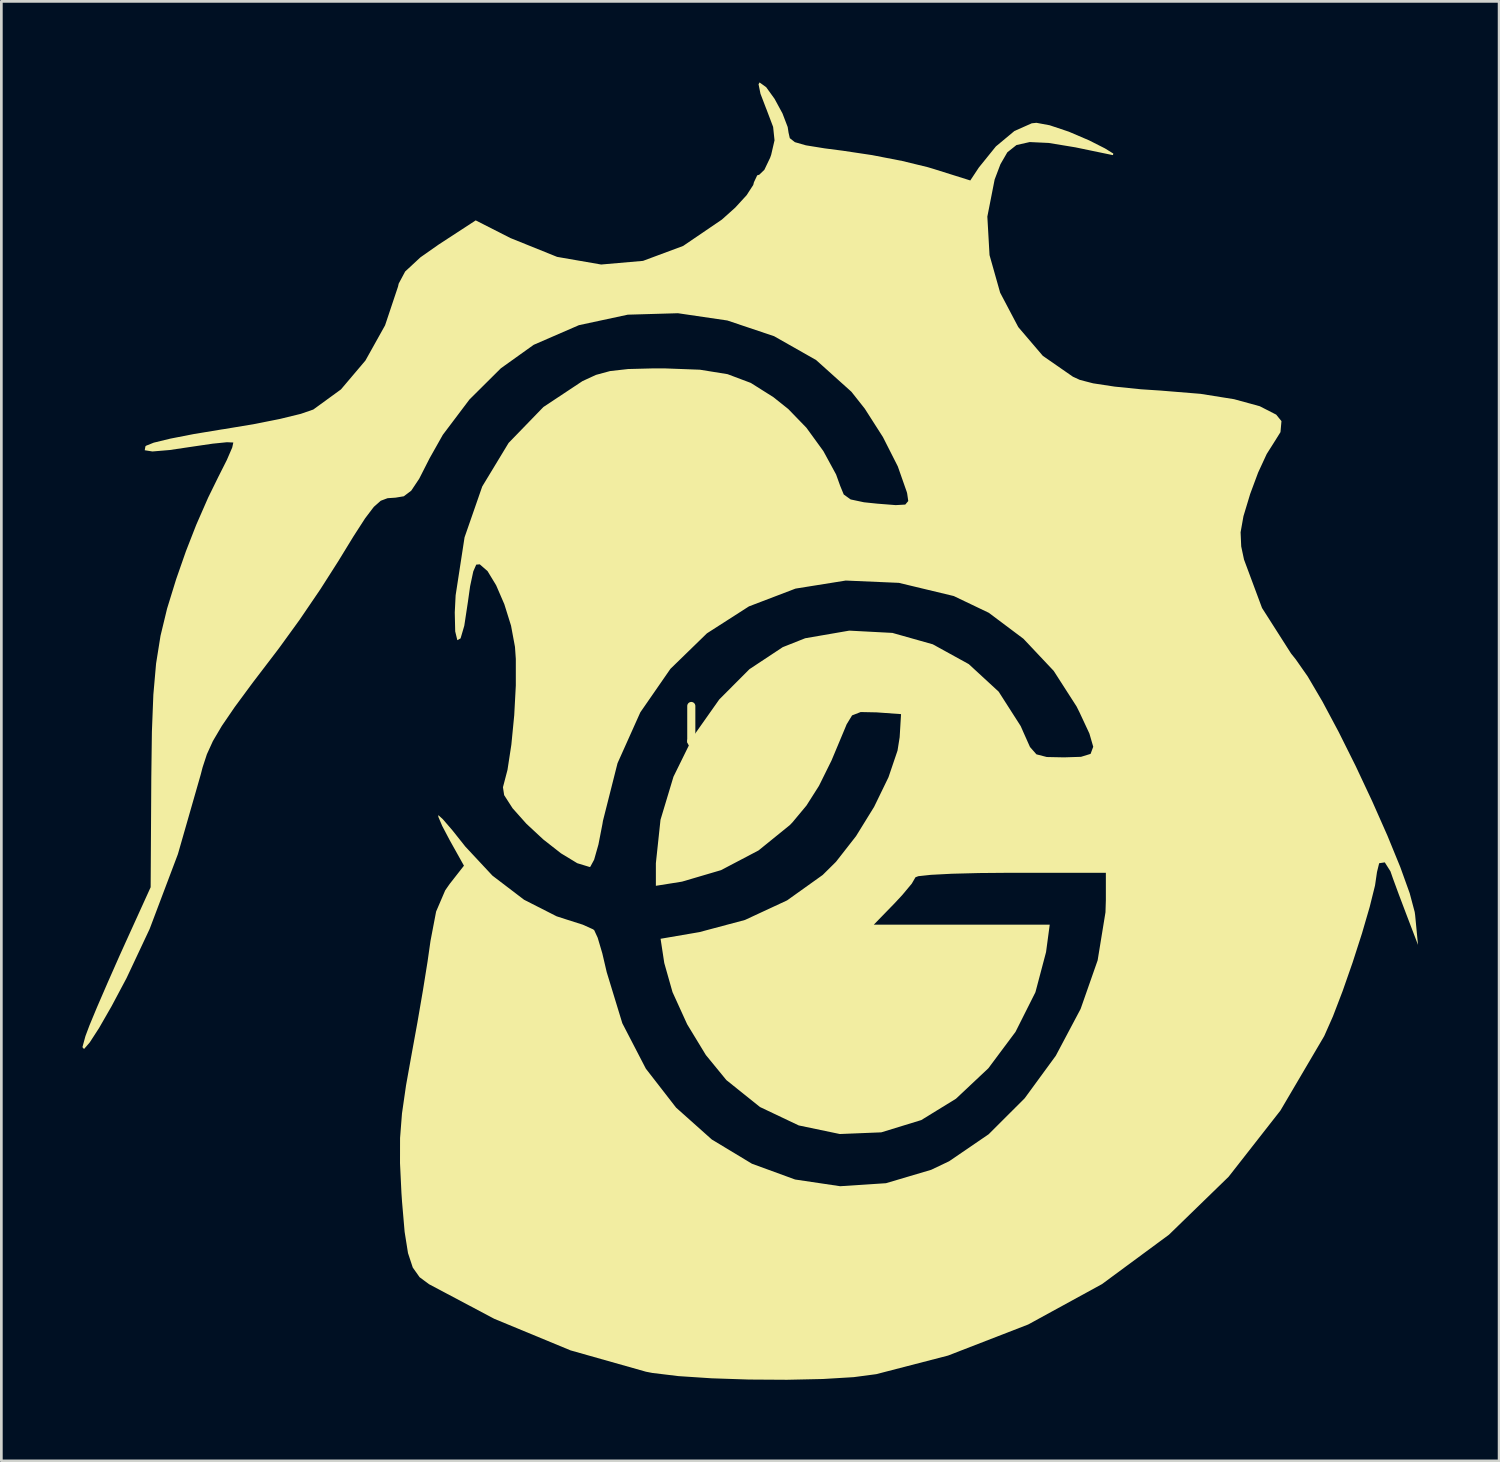
<source format=kicad_pcb>
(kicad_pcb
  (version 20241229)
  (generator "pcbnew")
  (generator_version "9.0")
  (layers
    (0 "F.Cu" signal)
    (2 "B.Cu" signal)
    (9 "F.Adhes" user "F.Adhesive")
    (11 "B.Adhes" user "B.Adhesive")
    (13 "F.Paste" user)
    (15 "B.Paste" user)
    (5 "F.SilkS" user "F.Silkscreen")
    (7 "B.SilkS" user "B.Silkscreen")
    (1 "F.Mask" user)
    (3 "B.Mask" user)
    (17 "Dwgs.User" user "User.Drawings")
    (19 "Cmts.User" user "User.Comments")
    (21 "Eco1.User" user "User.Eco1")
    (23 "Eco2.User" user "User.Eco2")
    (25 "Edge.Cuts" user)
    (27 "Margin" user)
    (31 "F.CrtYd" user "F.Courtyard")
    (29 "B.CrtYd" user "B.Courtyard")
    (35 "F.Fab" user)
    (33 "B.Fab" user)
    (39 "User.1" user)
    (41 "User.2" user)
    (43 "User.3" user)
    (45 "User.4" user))
  (footprint "logo"
    (layer "F.Cu")
    (at 24.632 23.906)
    (property "Reference" "logo" (at 0 0 0) (layer "F.SilkS") (effects (font (size 1.524 1.524) (thickness 0.3))))
    (attr board_only exclude_from_pos_files exclude_from_bom)
    (fp_poly (pts (xy 0.666 -23.73) (xy 0.976 -23.3) (xy 1.269 -22.76) (xy 1.462 -22.256) (xy 1.494 -22.047) (xy 1.54 -21.844) (xy 1.728 -21.696) (xy 2.136 -21.579) (xy 2.841 -21.465) (xy 3.499 -21.38) (xy 4.585 -21.217) (xy 5.701 -21) (xy 6.647 -20.77) (xy 6.86 -20.706) (xy 8.218 -20.279) (xy 8.535 -20.758) (xy 9.165 -21.538) (xy 9.851 -22.109) (xy 10.493 -22.394) (xy 10.666 -22.412) (xy 11.156 -22.321) (xy 11.866 -22.083) (xy 12.618 -21.761) (xy 13.2 -21.466) (xy 13.51 -21.274) (xy 13.496 -21.217) (xy 13.447 -21.226) (xy 12.11 -21.504) (xy 11.122 -21.667) (xy 10.416 -21.7) (xy 9.926 -21.589) (xy 9.588 -21.32) (xy 9.333 -20.879) (xy 9.119 -20.314) (xy 8.849 -18.941) (xy 8.93 -17.517) (xy 9.323 -16.126) (xy 9.993 -14.855) (xy 10.902 -13.79) (xy 12.015 -13.018) (xy 12.272 -12.9) (xy 12.763 -12.773) (xy 13.557 -12.652) (xy 14.532 -12.553) (xy 15.26 -12.505) (xy 16.739 -12.384) (xy 17.979 -12.186) (xy 18.928 -11.926) (xy 19.536 -11.615) (xy 19.731 -11.375) (xy 19.695 -10.968) (xy 19.456 -10.586) (xy 19.185 -10.158) (xy 18.867 -9.47) (xy 18.575 -8.684) (xy 18.325 -7.857) (xy 18.219 -7.262) (xy 18.242 -6.739) (xy 18.345 -6.254) (xy 19.012 -4.462) (xy 20.087 -2.776) (xy 20.259 -2.561) (xy 20.703 -1.926) (xy 21.246 -1.002) (xy 21.849 0.128) (xy 22.477 1.387) (xy 23.09 2.693) (xy 23.653 3.965) (xy 24.128 5.126) (xy 24.476 6.093) (xy 24.661 6.787) (xy 24.677 6.901) (xy 24.783 8.004) (xy 24.335 6.83) (xy 24.068 6.124) (xy 23.853 5.539) (xy 23.764 5.283) (xy 23.554 4.951) (xy 23.346 4.983) (xy 23.266 5.308) (xy 23.193 5.807) (xy 22.996 6.599) (xy 22.709 7.583) (xy 22.364 8.655) (xy 21.995 9.711) (xy 21.635 10.651) (xy 21.317 11.369) (xy 21.306 11.39) (xy 19.693 14.133) (xy 17.775 16.584) (xy 15.568 18.728) (xy 13.091 20.555) (xy 10.361 22.049) (xy 7.395 23.199) (xy 4.739 23.887) (xy 3.909 23.997) (xy 2.77 24.066) (xy 1.436 24.095) (xy 0.023 24.086) (xy -1.355 24.04) (xy -2.583 23.959) (xy -3.546 23.842) (xy -3.78 23.797) (xy -6.572 23.007) (xy -9.394 21.839) (xy -11.806 20.56) (xy -12.157 20.3) (xy -12.41 19.942) (xy -12.586 19.409) (xy -12.711 18.622) (xy -12.807 17.505) (xy -12.829 17.182) (xy -12.882 16.081) (xy -12.88 15.152) (xy -12.809 14.242) (xy -12.659 13.202) (xy -12.454 12.06) (xy -12.236 10.864) (xy -12.031 9.67) (xy -11.862 8.617) (xy -11.754 7.858) (xy -11.546 6.77) (xy -11.21 5.987) (xy -11.047 5.752) (xy -10.516 5.074) (xy -11.039 4.138) (xy -11.319 3.607) (xy -11.463 3.268) (xy -11.464 3.202) (xy -11.294 3.358) (xy -10.942 3.767) (xy -10.484 4.343) (xy -10.467 4.365) (xy -9.462 5.442) (xy -8.292 6.334) (xy -7.087 6.947) (xy -6.684 7.077) (xy -6.118 7.257) (xy -5.74 7.428) (xy -5.697 7.46) (xy -5.568 7.74) (xy -5.398 8.313) (xy -5.234 9.014) (xy -4.656 10.905) (xy -3.786 12.584) (xy -2.667 14.026) (xy -1.344 15.206) (xy 0.139 16.101) (xy 1.736 16.685) (xy 3.404 16.933) (xy 5.097 16.822) (xy 6.771 16.326) (xy 7.434 16.01) (xy 8.897 15.011) (xy 10.23 13.68) (xy 11.382 12.105) (xy 12.3 10.374) (xy 12.93 8.576) (xy 13.22 6.797) (xy 13.234 6.354) (xy 13.234 5.336) (xy 9.712 5.336) (xy 8.54 5.346) (xy 7.533 5.372) (xy 6.762 5.412) (xy 6.296 5.462) (xy 6.19 5.502) (xy 6.053 5.738) (xy 5.701 6.16) (xy 5.419 6.463) (xy 4.647 7.257) (xy 11.157 7.257) (xy 11.021 8.271) (xy 10.628 9.756) (xy 9.891 11.223) (xy 8.886 12.57) (xy 7.687 13.697) (xy 6.404 14.486) (xy 4.925 14.94) (xy 3.391 15.002) (xy 1.871 14.684) (xy 0.437 14.003) (xy -0.806 13.007) (xy -1.566 12.079) (xy -2.258 10.941) (xy -2.799 9.753) (xy -3.104 8.676) (xy -3.11 8.638) (xy -3.241 7.778) (xy -1.802 7.531) (xy -0.117 7.081) (xy 1.441 6.357) (xy 2.757 5.417) (xy 3.248 4.931) (xy 3.991 3.98) (xy 4.66 2.896) (xy 5.192 1.8) (xy 5.526 0.815) (xy 5.605 0.32) (xy 5.656 -0.534) (xy 4.75 -0.599) (xy 4.162 -0.611) (xy 3.844 -0.487) (xy 3.642 -0.155) (xy 3.606 -0.066) (xy 3.084 1.181) (xy 2.62 2.119) (xy 2.157 2.848) (xy 1.638 3.471) (xy 1.542 3.571) (xy 0.383 4.51) (xy -1.005 5.239) (xy -2.441 5.662) (xy -2.508 5.674) (xy -3.415 5.818) (xy -3.415 4.981) (xy -3.244 3.376) (xy -2.764 1.782) (xy -2.022 0.273) (xy -1.069 -1.078) (xy 0.047 -2.197) (xy 1.279 -3.012) (xy 2.109 -3.341) (xy 3.741 -3.623) (xy 5.336 -3.539) (xy 6.831 -3.117) (xy 8.162 -2.384) (xy 9.267 -1.366) (xy 10.083 -0.091) (xy 10.19 0.152) (xy 10.427 0.683) (xy 10.665 0.954) (xy 11.048 1.053) (xy 11.686 1.066) (xy 12.315 1.046) (xy 12.669 0.937) (xy 12.767 0.673) (xy 12.625 0.184) (xy 12.26 -0.598) (xy 12.152 -0.815) (xy 11.305 -2.133) (xy 10.185 -3.322) (xy 8.903 -4.283) (xy 7.607 -4.903) (xy 5.575 -5.391) (xy 3.611 -5.476) (xy 1.751 -5.178) (xy 0.028 -4.52) (xy -1.526 -3.523) (xy -2.876 -2.21) (xy -3.99 -0.601) (xy -4.834 1.282) (xy -5.374 3.417) (xy -5.392 3.53) (xy -5.54 4.29) (xy -5.7 4.853) (xy -5.842 5.115) (xy -5.865 5.122) (xy -6.324 4.982) (xy -6.925 4.617) (xy -7.58 4.104) (xy -8.206 3.522) (xy -8.717 2.949) (xy -9.029 2.463) (xy -9.073 2.171) (xy -8.905 1.528) (xy -8.762 0.595) (xy -8.656 -0.491) (xy -8.597 -1.593) (xy -8.597 -2.574) (xy -8.628 -3.022) (xy -8.774 -3.807) (xy -9.021 -4.598) (xy -9.325 -5.301) (xy -9.643 -5.825) (xy -9.931 -6.076) (xy -10.062 -6.065) (xy -10.171 -5.814) (xy -10.288 -5.267) (xy -10.37 -4.685) (xy -10.504 -3.803) (xy -10.641 -3.336) (xy -10.761 -3.27) (xy -10.84 -3.595) (xy -10.856 -4.297) (xy -10.824 -4.929) (xy -10.494 -7.074) (xy -9.839 -8.958) (xy -8.864 -10.568) (xy -7.576 -11.897) (xy -6.131 -12.855) (xy -5.632 -13.085) (xy -5.109 -13.227) (xy -4.442 -13.302) (xy -3.511 -13.326) (xy -3.095 -13.326) (xy -1.784 -13.277) (xy -0.763 -13.112) (xy 0.098 -12.788) (xy 0.932 -12.262) (xy 1.485 -11.821) (xy 2.155 -11.129) (xy 2.782 -10.266) (xy 3.253 -9.4) (xy 3.406 -8.975) (xy 3.536 -8.66) (xy 3.791 -8.477) (xy 4.285 -8.372) (xy 4.774 -8.321) (xy 5.46 -8.267) (xy 5.812 -8.287) (xy 5.923 -8.418) (xy 5.883 -8.695) (xy 5.87 -8.748) (xy 5.536 -9.7) (xy 4.986 -10.785) (xy 4.314 -11.836) (xy 3.819 -12.462) (xy 2.513 -13.635) (xy 0.959 -14.517) (xy -0.77 -15.098) (xy -2.599 -15.367) (xy -4.455 -15.313) (xy -6.262 -14.925) (xy -7.936 -14.198) (xy -9.15 -13.33) (xy -10.312 -12.175) (xy -11.298 -10.868) (xy -11.787 -10) (xy -12.172 -9.243) (xy -12.467 -8.801) (xy -12.741 -8.594) (xy -13.047 -8.543) (xy -13.343 -8.523) (xy -13.594 -8.429) (xy -13.852 -8.201) (xy -14.171 -7.781) (xy -14.604 -7.11) (xy -15.168 -6.189) (xy -15.825 -5.159) (xy -16.595 -4.027) (xy -17.332 -3.01) (xy -17.454 -2.848) (xy -18.341 -1.686) (xy -19.001 -0.791) (xy -19.475 -0.097) (xy -19.804 0.461) (xy -20.027 0.95) (xy -20.186 1.435) (xy -20.257 1.708) (xy -21.1 4.647) (xy -22.145 7.414) (xy -23 9.233) (xy -23.555 10.276) (xy -24.015 11.077) (xy -24.361 11.612) (xy -24.573 11.857) (xy -24.632 11.788) (xy -24.521 11.38) (xy -24.369 10.976) (xy -24.095 10.316) (xy -23.705 9.415) (xy -23.265 8.419) (xy -23.029 7.897) (xy -22.108 5.87) (xy -22.084 1.814) (xy -22.062 0.117) (xy -22.008 -1.256) (xy -21.907 -2.405) (xy -21.743 -3.432) (xy -21.5 -4.439) (xy -21.164 -5.527) (xy -20.802 -6.563) (xy -20.423 -7.534) (xy -19.981 -8.544) (xy -19.607 -9.306) (xy -19.29 -9.935) (xy -19.09 -10.397) (xy -19.049 -10.583) (xy -19.285 -10.594) (xy -19.817 -10.54) (xy -20.397 -10.455) (xy -21.41 -10.305) (xy -22.041 -10.252) (xy -22.327 -10.297) (xy -22.302 -10.44) (xy -22.278 -10.464) (xy -21.993 -10.578) (xy -21.374 -10.728) (xy -20.508 -10.897) (xy -19.486 -11.066) (xy -19.391 -11.08) (xy -18.309 -11.259) (xy -17.326 -11.455) (xy -16.552 -11.644) (xy -16.092 -11.803) (xy -16.088 -11.805) (xy -15.067 -12.548) (xy -14.161 -13.617) (xy -13.435 -14.918) (xy -12.955 -16.354) (xy -12.931 -16.462) (xy -12.691 -16.911) (xy -12.126 -17.435) (xy -11.446 -17.912) (xy -10.081 -18.802) (xy -8.796 -18.148) (xy -7.07 -17.452) (xy -5.44 -17.169) (xy -3.891 -17.304) (xy -2.407 -17.856) (xy -0.975 -18.83) (xy -0.48 -19.273) (xy -0.058 -19.733) (xy 0.188 -20.113) (xy 0.213 -20.212) (xy 0.334 -20.469) (xy 0.41 -20.491) (xy 0.599 -20.673) (xy 0.813 -21.121) (xy 0.851 -21.229) (xy 0.975 -21.764) (xy 0.923 -22.261) (xy 0.674 -22.919) (xy 0.666 -22.937) (xy 0.455 -23.488) (xy 0.384 -23.839) (xy 0.421 -23.906)) (stroke (width 0) (type solid)) (fill yes) (layer "F.SilkS")))
  (gr_rect
    (start -3 -3)
    (end 52.416 51.001)
    (stroke (width 0.1) (type default))
    (fill no)
    (layer "Edge.Cuts")))
</source>
